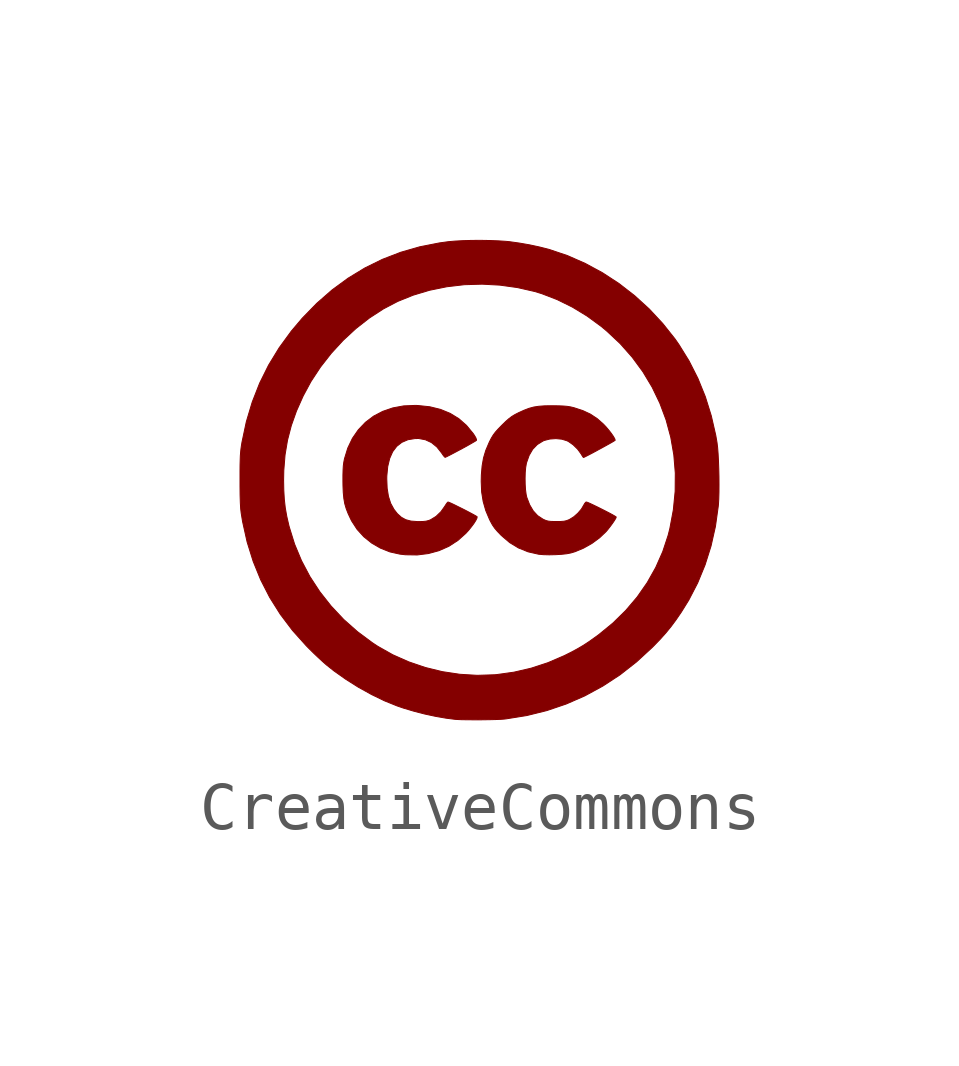
<source format=kicad_sym>
(kicad_symbol_lib
  (version 20211014)
  (generator kicad_symbol_editor)
  (symbol "CreativeCommons"
    (pin_names
      (offset 1.016))
    (property "Reference" "G"
      (at 0 4.365 0)
      (effects (font (size 1.27 1.27)) hide))
    (symbol "CreativeCommons_0_0"
      (polyline (pts (xy -1.063 -1.53) (xy -0.842 -1.47) (xy -0.636 -1.379) (xy -0.448 -1.257) (xy -0.28 -1.107) (xy -0.222 -1.043) (xy -0.163 -0.969) (xy -0.111 -0.899) (xy -0.072 -0.837) (xy -0.049 -0.789) (xy -0.046 -0.763) (xy -0.046 -0.762) (xy -0.068 -0.748) (xy -0.115 -0.721) (xy -0.182 -0.685) (xy -0.261 -0.643) (xy -0.347 -0.599) (xy -0.434 -0.556) (xy -0.514 -0.516) (xy -0.581 -0.484) (xy -0.63 -0.463) (xy -0.653 -0.455) (xy -0.666 -0.465) (xy -0.692 -0.5) (xy -0.724 -0.55) (xy -0.801 -0.658) (xy -0.902 -0.755) (xy -1.016 -0.825) (xy -1.057 -0.841) (xy -1.112 -0.855) (xy -1.18 -0.862) (xy -1.273 -0.863) (xy -1.293 -0.863) (xy -1.425 -0.853) (xy -1.534 -0.824) (xy -1.625 -0.774) (xy -1.708 -0.7) (xy -1.78 -0.608) (xy -1.849 -0.482) (xy -1.895 -0.337) (xy -1.922 -0.169) (xy -1.93 0.027) (xy -1.929 0.088) (xy -1.91 0.285) (xy -1.869 0.454) (xy -1.807 0.594) (xy -1.722 0.706) (xy -1.616 0.789) (xy -1.488 0.844) (xy -1.34 0.868) (xy -1.264 0.869) (xy -1.125 0.843) (xy -0.998 0.784) (xy -0.885 0.692) (xy -0.787 0.568) (xy -0.756 0.522) (xy -0.728 0.487) (xy -0.712 0.476) (xy -0.677 0.492) (xy -0.611 0.525) (xy -0.531 0.567) (xy -0.443 0.614) (xy -0.351 0.663) (xy -0.263 0.711) (xy -0.184 0.756) (xy -0.12 0.793) (xy -0.076 0.819) (xy -0.059 0.832) (xy -0.059 0.845) (xy -0.073 0.884) (xy -0.101 0.932) (xy -0.127 0.971) (xy -0.267 1.141) (xy -0.427 1.282) (xy -0.608 1.393) (xy -0.81 1.476) (xy -1.034 1.531) (xy -1.282 1.557) (xy -1.334 1.559) (xy -1.577 1.549) (xy -1.804 1.507) (xy -2.014 1.435) (xy -2.205 1.335) (xy -2.375 1.206) (xy -2.522 1.052) (xy -2.646 0.873) (xy -2.743 0.67) (xy -2.812 0.446) (xy -2.814 0.435) (xy -2.827 0.368) (xy -2.836 0.297) (xy -2.841 0.212) (xy -2.844 0.107) (xy -2.844 -0.027) (xy -2.843 -0.112) (xy -2.837 -0.258) (xy -2.825 -0.381) (xy -2.806 -0.49) (xy -2.776 -0.593) (xy -2.735 -0.698) (xy -2.68 -0.815) (xy -2.662 -0.851) (xy -2.549 -1.025) (xy -2.409 -1.179) (xy -2.245 -1.311) (xy -2.062 -1.417) (xy -1.863 -1.496) (xy -1.655 -1.542) (xy -1.54 -1.555) (xy -1.296 -1.559) (xy -1.063 -1.53)) (stroke (width 0.01) (type default) (color 0 0 0 0)) (fill (type outline)))
      (polyline (pts (xy 1.586 -1.553) (xy 1.711 -1.546) (xy 1.822 -1.534) (xy 1.909 -1.517) (xy 1.996 -1.491) (xy 2.173 -1.417) (xy 2.347 -1.319) (xy 2.506 -1.202) (xy 2.64 -1.075) (xy 2.676 -1.033) (xy 2.726 -0.969) (xy 2.774 -0.904) (xy 2.815 -0.844) (xy 2.844 -0.796) (xy 2.854 -0.769) (xy 2.852 -0.766) (xy 2.826 -0.749) (xy 2.776 -0.72) (xy 2.707 -0.683) (xy 2.626 -0.641) (xy 2.539 -0.597) (xy 2.453 -0.554) (xy 2.372 -0.515) (xy 2.304 -0.483) (xy 2.255 -0.462) (xy 2.23 -0.455) (xy 2.221 -0.458) (xy 2.197 -0.485) (xy 2.171 -0.53) (xy 2.128 -0.603) (xy 2.055 -0.688) (xy 1.97 -0.763) (xy 1.882 -0.818) (xy 1.863 -0.827) (xy 1.815 -0.845) (xy 1.764 -0.856) (xy 1.699 -0.861) (xy 1.609 -0.862) (xy 1.571 -0.862) (xy 1.492 -0.86) (xy 1.434 -0.853) (xy 1.386 -0.84) (xy 1.337 -0.818) (xy 1.328 -0.814) (xy 1.216 -0.74) (xy 1.124 -0.64) (xy 1.049 -0.513) (xy 0.988 -0.354) (xy 0.976 -0.297) (xy 0.963 -0.2) (xy 0.956 -0.085) (xy 0.954 0.037) (xy 0.957 0.157) (xy 0.966 0.263) (xy 0.98 0.345) (xy 0.983 0.36) (xy 1.038 0.516) (xy 1.112 0.643) (xy 1.208 0.743) (xy 1.326 0.816) (xy 1.356 0.829) (xy 1.47 0.858) (xy 1.596 0.867) (xy 1.72 0.855) (xy 1.827 0.822) (xy 1.859 0.806) (xy 1.957 0.737) (xy 2.048 0.648) (xy 2.12 0.55) (xy 2.136 0.523) (xy 2.159 0.487) (xy 2.171 0.473) (xy 2.187 0.479) (xy 2.229 0.5) (xy 2.292 0.532) (xy 2.37 0.573) (xy 2.456 0.62) (xy 2.545 0.668) (xy 2.632 0.716) (xy 2.71 0.759) (xy 2.773 0.795) (xy 2.816 0.821) (xy 2.832 0.832) (xy 2.832 0.835) (xy 2.822 0.866) (xy 2.793 0.916) (xy 2.75 0.978) (xy 2.698 1.045) (xy 2.642 1.111) (xy 2.587 1.169) (xy 2.459 1.282) (xy 2.316 1.377) (xy 2.157 1.451) (xy 1.973 1.511) (xy 1.969 1.512) (xy 1.902 1.528) (xy 1.834 1.539) (xy 1.756 1.546) (xy 1.66 1.55) (xy 1.536 1.552) (xy 1.506 1.552) (xy 1.36 1.55) (xy 1.24 1.541) (xy 1.135 1.525) (xy 1.036 1.498) (xy 0.934 1.459) (xy 0.819 1.407) (xy 0.741 1.367) (xy 0.677 1.328) (xy 0.617 1.283) (xy 0.552 1.226) (xy 0.472 1.148) (xy 0.468 1.144) (xy 0.391 1.065) (xy 0.334 1.001) (xy 0.29 0.942) (xy 0.251 0.878) (xy 0.211 0.8) (xy 0.201 0.778) (xy 0.134 0.62) (xy 0.087 0.463) (xy 0.058 0.297) (xy 0.042 0.109) (xy 0.039 -0.025) (xy 0.048 -0.244) (xy 0.08 -0.444) (xy 0.134 -0.633) (xy 0.212 -0.818) (xy 0.231 -0.856) (xy 0.274 -0.934) (xy 0.32 -1.001) (xy 0.377 -1.068) (xy 0.453 -1.147) (xy 0.461 -1.155) (xy 0.632 -1.301) (xy 0.816 -1.413) (xy 1.017 -1.494) (xy 1.237 -1.544) (xy 1.245 -1.545) (xy 1.342 -1.553) (xy 1.459 -1.556) (xy 1.586 -1.553)) (stroke (width 0.01) (type default) (color 0 0 0 0)) (fill (type outline)))
      (polyline (pts (xy 0.116 -4.995) (xy 0.245 -4.993) (xy 0.359 -4.99) (xy 0.453 -4.986) (xy 0.518 -4.981) (xy 0.561 -4.976) (xy 0.991 -4.907) (xy 1.407 -4.804) (xy 1.811 -4.667) (xy 2.2 -4.497) (xy 2.575 -4.293) (xy 2.934 -4.058) (xy 3.276 -3.79) (xy 3.601 -3.491) (xy 3.641 -3.451) (xy 3.776 -3.311) (xy 3.892 -3.181) (xy 3.998 -3.051) (xy 4.101 -2.912) (xy 4.21 -2.753) (xy 4.366 -2.502) (xy 4.552 -2.143) (xy 4.707 -1.766) (xy 4.831 -1.373) (xy 4.923 -0.964) (xy 4.982 -0.54) (xy 4.985 -0.513) (xy 4.992 -0.397) (xy 4.996 -0.255) (xy 4.997 -0.097) (xy 4.996 0.071) (xy 4.992 0.24) (xy 4.986 0.403) (xy 4.978 0.553) (xy 4.968 0.682) (xy 4.956 0.782) (xy 4.93 0.933) (xy 4.836 1.343) (xy 4.712 1.741) (xy 4.557 2.123) (xy 4.373 2.486) (xy 4.162 2.827) (xy 4.08 2.945) (xy 3.823 3.268) (xy 3.542 3.57) (xy 3.237 3.848) (xy 2.912 4.1) (xy 2.569 4.324) (xy 2.211 4.518) (xy 1.841 4.681) (xy 1.462 4.809) (xy 1.437 4.816) (xy 1.251 4.863) (xy 1.046 4.907) (xy 0.833 4.944) (xy 0.626 4.973) (xy 0.552 4.98) (xy 0.397 4.99) (xy 0.221 4.997) (xy 0.033 5) (xy -0.157 4.999) (xy -0.339 4.994) (xy -0.504 4.985) (xy -0.643 4.973) (xy -0.832 4.947) (xy -1.243 4.866) (xy -1.639 4.752) (xy -2.02 4.605) (xy -2.386 4.425) (xy -2.736 4.212) (xy -3.071 3.966) (xy -3.39 3.687) (xy -3.693 3.376) (xy -3.92 3.108) (xy -4.173 2.761) (xy -4.394 2.399) (xy -4.581 2.022) (xy -4.735 1.629) (xy -4.858 1.219) (xy -4.949 0.791) (xy -4.96 0.724) (xy -4.97 0.654) (xy -4.977 0.584) (xy -4.983 0.508) (xy -4.986 0.419) (xy -4.989 0.312) (xy -4.99 0.18) (xy -4.99 0.018) (xy -4.99 0) (xy -4.081 0) (xy -4.077 0.202) (xy -4.051 0.527) (xy -3.999 0.837) (xy -3.92 1.14) (xy -3.812 1.444) (xy -3.673 1.756) (xy -3.51 2.058) (xy -3.311 2.36) (xy -3.087 2.646) (xy -2.841 2.914) (xy -2.575 3.16) (xy -2.294 3.38) (xy -2.002 3.57) (xy -1.7 3.728) (xy -1.381 3.857) (xy -1.037 3.96) (xy -0.679 4.033) (xy -0.313 4.076) (xy 0.058 4.087) (xy 0.428 4.067) (xy 0.795 4.016) (xy 1.155 3.934) (xy 1.304 3.888) (xy 1.625 3.764) (xy 1.941 3.608) (xy 2.248 3.421) (xy 2.543 3.205) (xy 2.654 3.112) (xy 2.936 2.848) (xy 3.188 2.563) (xy 3.411 2.259) (xy 3.603 1.939) (xy 3.764 1.604) (xy 3.894 1.256) (xy 3.991 0.896) (xy 4.055 0.527) (xy 4.086 0.15) (xy 4.083 -0.233) (xy 4.045 -0.62) (xy 3.972 -1.009) (xy 3.937 -1.148) (xy 3.824 -1.49) (xy 3.678 -1.82) (xy 3.5 -2.136) (xy 3.291 -2.436) (xy 3.052 -2.717) (xy 2.785 -2.979) (xy 2.491 -3.22) (xy 2.414 -3.276) (xy 2.286 -3.367) (xy 2.17 -3.443) (xy 2.053 -3.512) (xy 1.926 -3.581) (xy 1.778 -3.655) (xy 1.768 -3.66) (xy 1.431 -3.805) (xy 1.08 -3.92) (xy 0.722 -4.003) (xy 0.364 -4.053) (xy 0.321 -4.057) (xy -0.043 -4.069) (xy -0.408 -4.047) (xy -0.772 -3.992) (xy -1.128 -3.905) (xy -1.474 -3.787) (xy -1.805 -3.64) (xy -2.117 -3.464) (xy -2.228 -3.391) (xy -2.54 -3.159) (xy -2.828 -2.904) (xy -3.09 -2.625) (xy -3.325 -2.327) (xy -3.532 -2.011) (xy -3.708 -1.678) (xy -3.852 -1.333) (xy -3.963 -0.975) (xy -3.972 -0.941) (xy -4.015 -0.754) (xy -4.046 -0.578) (xy -4.066 -0.401) (xy -4.077 -0.213) (xy -4.081 0) (xy -4.99 0) (xy -4.99 -0.121) (xy -4.988 -0.314) (xy -4.983 -0.471) (xy -4.976 -0.594) (xy -4.966 -0.682) (xy -4.936 -0.865) (xy -4.842 -1.287) (xy -4.716 -1.691) (xy -4.559 -2.077) (xy -4.37 -2.446) (xy -4.149 -2.797) (xy -3.896 -3.132) (xy -3.61 -3.451) (xy -3.554 -3.508) (xy -3.457 -3.604) (xy -3.358 -3.698) (xy -3.267 -3.782) (xy -3.191 -3.849) (xy -3.033 -3.975) (xy -2.786 -4.15) (xy -2.522 -4.317) (xy -2.248 -4.469) (xy -1.976 -4.601) (xy -1.714 -4.707) (xy -1.583 -4.752) (xy -1.368 -4.816) (xy -1.141 -4.875) (xy -0.913 -4.924) (xy -0.696 -4.962) (xy -0.5 -4.987) (xy -0.468 -4.989) (xy -0.384 -4.993) (xy -0.277 -4.995) (xy -0.152 -4.996) (xy -0.019 -4.997) (xy 0.116 -4.995)) (stroke (width 0.01) (type default) (color 0 0 0 0)) (fill (type outline))))))
</source>
